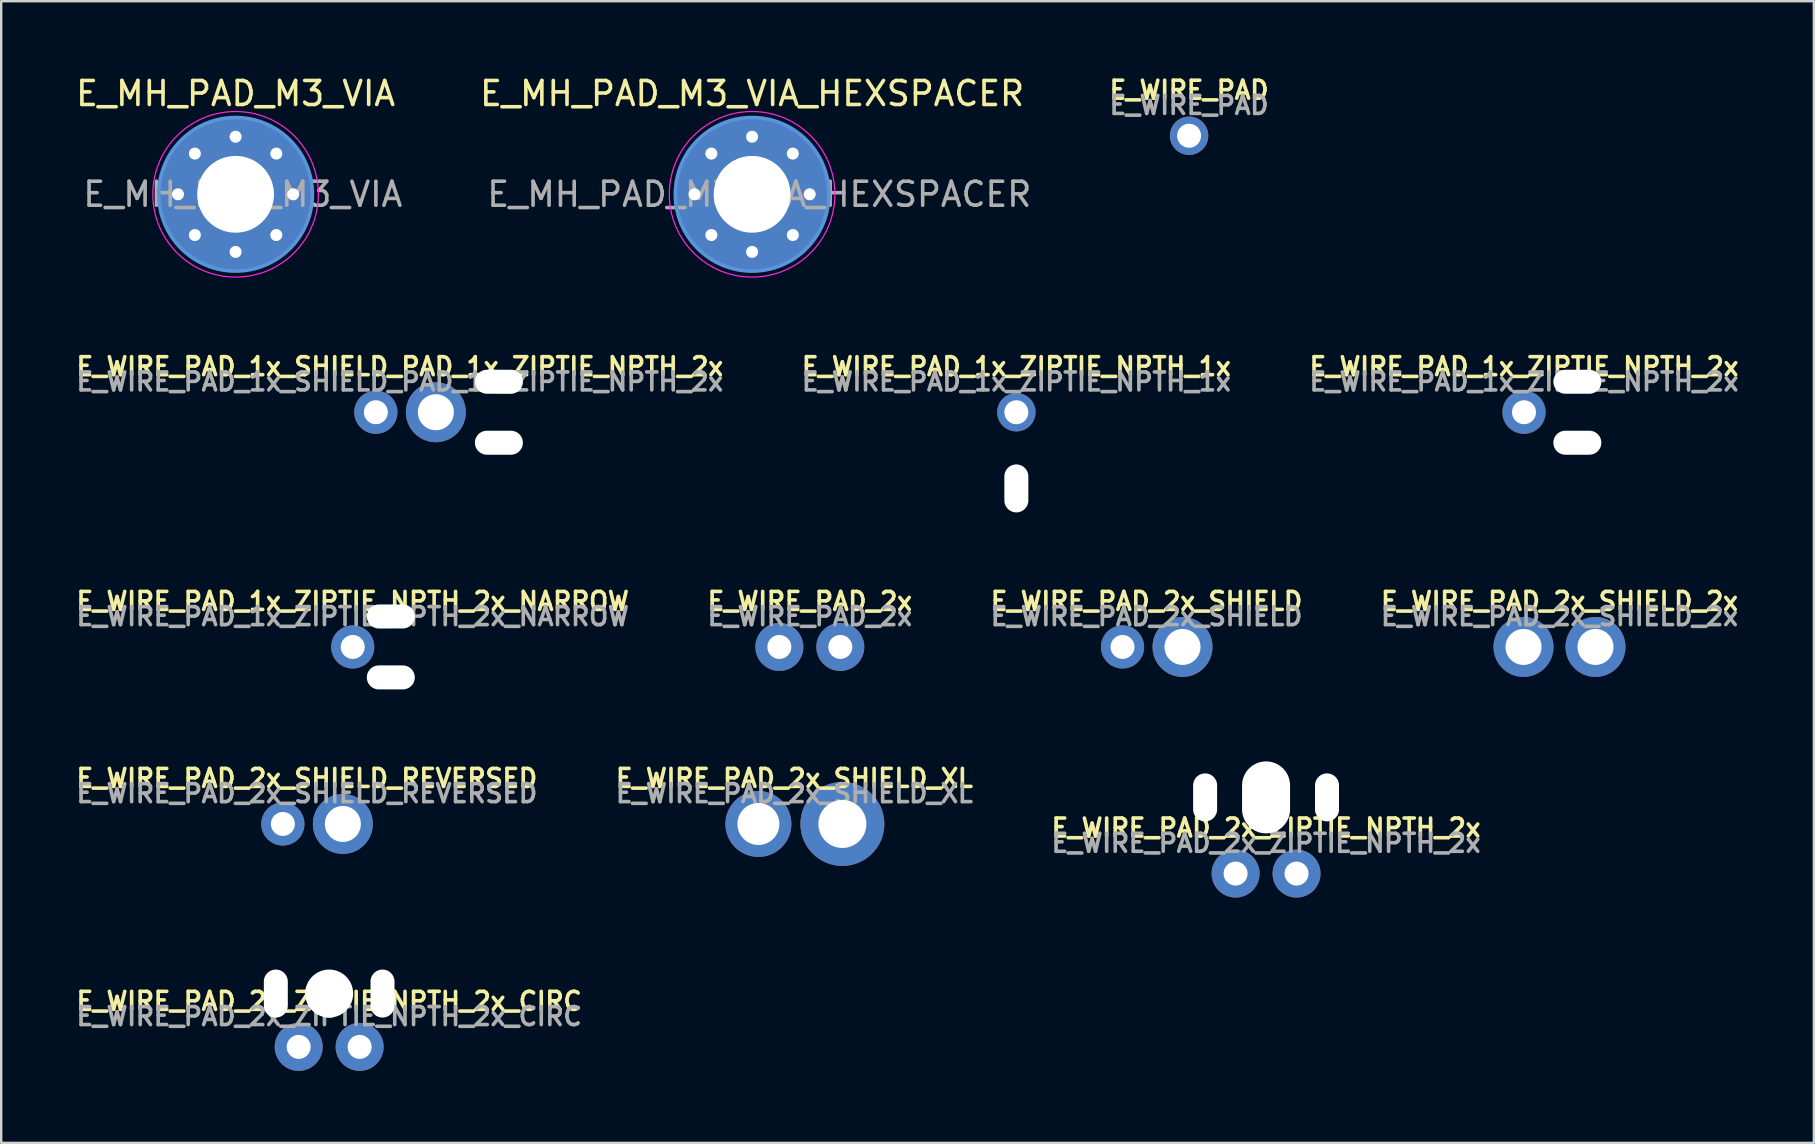
<source format=kicad_pcb>
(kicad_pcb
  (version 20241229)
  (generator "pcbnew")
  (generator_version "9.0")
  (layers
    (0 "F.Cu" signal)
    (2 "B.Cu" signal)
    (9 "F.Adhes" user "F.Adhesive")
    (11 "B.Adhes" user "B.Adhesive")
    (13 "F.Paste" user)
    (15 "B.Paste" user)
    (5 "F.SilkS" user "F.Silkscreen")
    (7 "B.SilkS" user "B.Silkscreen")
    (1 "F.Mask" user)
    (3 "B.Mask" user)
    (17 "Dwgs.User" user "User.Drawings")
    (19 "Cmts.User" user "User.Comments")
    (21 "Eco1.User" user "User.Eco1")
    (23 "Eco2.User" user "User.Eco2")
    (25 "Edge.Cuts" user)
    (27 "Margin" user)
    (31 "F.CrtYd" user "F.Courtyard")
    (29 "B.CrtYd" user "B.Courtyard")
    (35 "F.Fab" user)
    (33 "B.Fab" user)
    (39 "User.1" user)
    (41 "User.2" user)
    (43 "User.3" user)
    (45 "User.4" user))
  (footprint "E_WIRE_PAD_2x_SHIELD"
    (layer "F.Cu")
    (at 44.732 23.912)
    (property "Reference" "E_WIRE_PAD_2x_SHIELD" (at 0 -1.905 180) (layer "F.SilkS") (effects (font (size 0.75 0.75) (thickness 0.15))))
    (attr through_hole)
    (fp_text user "${REFERENCE}" (at 0 -1.27 0) (layer "F.Fab") (effects (font (size 0.75 0.75) (thickness 0.15))))
    (pad "" connect circle (at -1 0) (size 1 1) (layers "F.Mask"))
    (pad "" connect circle (at 1.5 0) (size 1.5 1.5) (layers "F.Mask"))
    (pad "1" thru_hole circle (at -1 0) (size 1.8 1.8) (drill 1) (layers "B.Cu" "B.Mask"))
    (pad "2" thru_hole circle (at 1.5 0) (size 2.5 2.5) (drill 1.5) (layers "B.Cu" "B.Mask")))
  (footprint "E_WIRE_PAD_1x_ZIPTIE_NPTH_2x"
    (layer "F.Cu")
    (at 60.464 14.13)
    (property "Reference" "E_WIRE_PAD_1x_ZIPTIE_NPTH_2x" (at 0 -1.905 180) (layer "F.SilkS") (effects (font (size 0.75 0.75) (thickness 0.15))))
    (attr through_hole)
    (fp_text user "${REFERENCE}" (at 0 -1.27 0) (layer "F.Fab") (effects (font (size 0.75 0.75) (thickness 0.15))))
    (pad "" connect circle (at 0 0) (size 1 1) (layers "F.Mask"))
    (pad "" np_thru_hole oval (at 2.223 -1.27 90) (size 1 2) (drill oval 1 2) (layers "*.Cu" "*.Mask"))
    (pad "" np_thru_hole oval (at 2.223 1.27 90) (size 1 2) (drill oval 1 2) (layers "*.Cu" "*.Mask"))
    (pad "1" thru_hole circle (at 0 0) (size 1.8 1.8) (drill 1) (layers "B.Cu" "B.Mask")))
  (footprint "E_MH_PAD_M3_VIA"
    (layer "F.Cu")
    (at 6.768 5.048)
    (property "Reference" "E_MH_PAD_M3_VIA" (at 0 -4.2 0) (layer "F.SilkS") (effects (font (size 1 1) (thickness 0.15))))
    (attr exclude_from_pos_files exclude_from_bom)
    (fp_circle (center 0 0) (end 3.2 0) (stroke (width 0.15) (type solid)) (fill no) (layer "Cmts.User"))
    (fp_circle (center 0 0) (end 3.45 0) (stroke (width 0.05) (type solid)) (fill no) (layer "F.CrtYd"))
    (fp_text user "${REFERENCE}" (at 0.3 0 0) (layer "F.Fab") (effects (font (size 1 1) (thickness 0.15))))
    (pad "1" thru_hole circle (at -2.4 0) (size 0.8 0.8) (drill 0.5) (layers "*.Cu" "*.Mask"))
    (pad "1" thru_hole circle (at -1.697 -1.697) (size 0.8 0.8) (drill 0.5) (layers "*.Cu" "*.Mask"))
    (pad "1" thru_hole circle (at -1.697 1.697) (size 0.8 0.8) (drill 0.5) (layers "*.Cu" "*.Mask"))
    (pad "1" thru_hole circle (at 0 -2.4) (size 0.8 0.8) (drill 0.5) (layers "*.Cu" "*.Mask"))
    (pad "1" thru_hole circle (at 0 0) (size 6.4 6.4) (drill 3.2) (layers "*.Cu" "*.Mask"))
    (pad "1" thru_hole circle (at 0 2.4) (size 0.8 0.8) (drill 0.5) (layers "*.Cu" "*.Mask"))
    (pad "1" thru_hole circle (at 1.697 -1.697) (size 0.8 0.8) (drill 0.5) (layers "*.Cu" "*.Mask"))
    (pad "1" thru_hole circle (at 1.697 1.697) (size 0.8 0.8) (drill 0.5) (layers "*.Cu" "*.Mask"))
    (pad "1" thru_hole circle (at 2.4 0) (size 0.8 0.8) (drill 0.5) (layers "*.Cu" "*.Mask")))
  (footprint "E_WIRE_PAD_2x_ZIPTIE_NPTH_2x_CIRC"
    (layer "F.Cu")
    (at 10.668 40.58)
    (property "Reference" "E_WIRE_PAD_2x_ZIPTIE_NPTH_2x_CIRC" (at 0 -1.905 180) (layer "F.SilkS") (effects (font (size 0.75 0.75) (thickness 0.15))))
    (attr through_hole)
    (fp_text user "${REFERENCE}" (at 0 -1.27 0) (layer "F.Fab") (effects (font (size 0.75 0.75) (thickness 0.15))))
    (pad "" np_thru_hole oval (at -2.223 -2.223) (size 1 2) (drill oval 1 2) (layers "*.Cu" "*.Mask"))
    (pad "" connect circle (at -1.27 0) (size 1 1) (layers "F.Mask"))
    (pad "" np_thru_hole circle (at 0 -2.223) (size 2 2) (drill 2) (layers "*.Cu" "*.Mask"))
    (pad "" connect circle (at 1.27 0) (size 1 1) (layers "F.Mask"))
    (pad "" np_thru_hole oval (at 2.223 -2.223) (size 1 2) (drill oval 1 2) (layers "*.Cu" "*.Mask"))
    (pad "1" thru_hole circle (at -1.27 0) (size 2 2) (drill 1) (layers "B.Cu" "B.Mask"))
    (pad "2" thru_hole circle (at 1.27 0) (size 2 2) (drill 1) (layers "B.Cu" "B.Mask")))
  (footprint "E_WIRE_PAD_1x_ZIPTIE_NPTH_2x_NARROW"
    (layer "F.Cu")
    (at 11.65 23.912)
    (property "Reference" "E_WIRE_PAD_1x_ZIPTIE_NPTH_2x_NARROW" (at 0 -1.905 180) (layer "F.SilkS") (effects (font (size 0.75 0.75) (thickness 0.15))))
    (attr through_hole)
    (fp_text user "${REFERENCE}" (at 0 -1.27 0) (layer "F.Fab") (effects (font (size 0.75 0.75) (thickness 0.15))))
    (pad "" connect circle (at 0 0) (size 1 1) (layers "F.Mask"))
    (pad "" np_thru_hole oval (at 1.587 -1.27 90) (size 1 2) (drill oval 1 2) (layers "*.Cu" "*.Mask"))
    (pad "" np_thru_hole oval (at 1.587 1.27 90) (size 1 2) (drill oval 1 2) (layers "*.Cu" "*.Mask"))
    (pad "1" thru_hole circle (at 0 0) (size 1.8 1.8) (drill 1) (layers "B.Cu" "B.Mask")))
  (footprint "E_WIRE_PAD_2x_ZIPTIE_NPTH_2x"
    (layer "F.Cu")
    (at 49.714 33.357)
    (property "Reference" "E_WIRE_PAD_2x_ZIPTIE_NPTH_2x" (at 0 -1.905 180) (layer "F.SilkS") (effects (font (size 0.75 0.75) (thickness 0.15))))
    (attr through_hole)
    (fp_text user "${REFERENCE}" (at 0 -1.27 0) (layer "F.Fab") (effects (font (size 0.75 0.75) (thickness 0.15))))
    (pad "" np_thru_hole oval (at -2.54 -3.175) (size 1 2) (drill oval 1 2) (layers "*.Cu" "*.Mask"))
    (pad "" connect circle (at -1.27 0) (size 1 1) (layers "F.Mask"))
    (pad "" np_thru_hole oval (at 0 -3.175) (size 2 3) (drill oval 2 3) (layers "*.Cu" "*.Mask"))
    (pad "" connect circle (at 1.27 0) (size 1 1) (layers "F.Mask"))
    (pad "" np_thru_hole oval (at 2.54 -3.175) (size 1 2) (drill oval 1 2) (layers "*.Cu" "*.Mask"))
    (pad "1" thru_hole circle (at -1.27 0) (size 2 2) (drill 1) (layers "B.Cu" "B.Mask"))
    (pad "2" thru_hole circle (at 1.27 0) (size 2 2) (drill 1) (layers "B.Cu" "B.Mask")))
  (footprint "E_WIRE_PAD_1x_ZIPTIE_NPTH_1x"
    (layer "F.Cu")
    (at 39.307 14.13)
    (property "Reference" "E_WIRE_PAD_1x_ZIPTIE_NPTH_1x" (at 0 -1.905 180) (layer "F.SilkS") (effects (font (size 0.75 0.75) (thickness 0.15))))
    (attr through_hole)
    (fp_text user "${REFERENCE}" (at 0 -1.27 0) (layer "F.Fab") (effects (font (size 0.75 0.75) (thickness 0.15))))
    (pad "" connect circle (at 0 0) (size 1 1) (layers "F.Mask"))
    (pad "" np_thru_hole oval (at 0 3.175) (size 1 2) (drill oval 1 2) (layers "*.Cu" "*.Mask"))
    (pad "1" thru_hole circle (at 0 0) (size 1.6 1.6) (drill 1) (layers "B.Cu" "B.Mask")))
  (footprint "E_WIRE_PAD_2x_SHIELD_2x"
    (layer "F.Cu")
    (at 61.943 23.912)
    (property "Reference" "E_WIRE_PAD_2x_SHIELD_2x" (at 0 -1.905 180) (layer "F.SilkS") (effects (font (size 0.75 0.75) (thickness 0.15))))
    (attr through_hole)
    (fp_text user "${REFERENCE}" (at 0 -1.27 0) (layer "F.Fab") (effects (font (size 0.75 0.75) (thickness 0.15))))
    (pad "" connect circle (at -1.5 0) (size 1.5 1.5) (layers "F.Mask"))
    (pad "" connect circle (at 1.5 0) (size 1.5 1.5) (layers "F.Mask"))
    (pad "1" thru_hole circle (at -1.5 0) (size 2.5 2.5) (drill 1.5) (layers "B.Cu" "B.Mask"))
    (pad "2" thru_hole circle (at 1.5 0) (size 2.5 2.5) (drill 1.5) (layers "B.Cu" "B.Mask")))
  (footprint "E_WIRE_PAD"
    (layer "F.Cu")
    (at 46.506 2.607)
    (property "Reference" "E_WIRE_PAD" (at 0 -1.905 180) (layer "F.SilkS") (effects (font (size 0.75 0.75) (thickness 0.15))))
    (attr through_hole)
    (fp_text user "${REFERENCE}" (at 0 -1.27 0) (layer "F.Fab") (effects (font (size 0.75 0.75) (thickness 0.15))))
    (pad "" connect circle (at 0 0) (size 1 1) (layers "F.Mask"))
    (pad "1" thru_hole circle (at 0 0) (size 1.6 1.6) (drill 1) (layers "B.Cu" "B.Mask")))
  (footprint "E_WIRE_PAD_1x_SHIELD_PAD_1x_ZIPTIE_NPTH_2x"
    (layer "F.Cu")
    (at 13.614 14.13)
    (property "Reference" "E_WIRE_PAD_1x_SHIELD_PAD_1x_ZIPTIE_NPTH_2x" (at 0 -1.905 180) (layer "F.SilkS") (effects (font (size 0.75 0.75) (thickness 0.15))))
    (attr through_hole)
    (fp_text user "${REFERENCE}" (at 0 -1.27 0) (layer "F.Fab") (effects (font (size 0.75 0.75) (thickness 0.15))))
    (pad "" connect circle (at -1 0) (size 1 1) (layers "F.Mask"))
    (pad "" connect circle (at 1.5 0) (size 1.5 1.5) (layers "F.Mask"))
    (pad "" np_thru_hole oval (at 4.128 -1.27 90) (size 1 2) (drill oval 1 2) (layers "*.Cu" "*.Mask"))
    (pad "" np_thru_hole oval (at 4.128 1.27 90) (size 1 2) (drill oval 1 2) (layers "*.Cu" "*.Mask"))
    (pad "1" thru_hole circle (at -1 0) (size 1.8 1.8) (drill 1) (layers "B.Cu" "B.Mask"))
    (pad "2" thru_hole circle (at 1.5 0) (size 2.5 2.5) (drill 1.5) (layers "B.Cu" "B.Mask")))
  (footprint "E_WIRE_PAD_2x_SHIELD_REVERSED"
    (layer "F.Cu")
    (at 9.739 31.289)
    (property "Reference" "E_WIRE_PAD_2x_SHIELD_REVERSED" (at 0 -1.905 180) (layer "F.SilkS") (effects (font (size 0.75 0.75) (thickness 0.15))))
    (attr through_hole)
    (fp_text user "${REFERENCE}" (at 0 -1.27 0) (layer "F.Fab") (effects (font (size 0.75 0.75) (thickness 0.15))))
    (pad "" connect circle (at -1 0) (size 1 1) (layers "F.Mask"))
    (pad "" connect circle (at 1.5 0) (size 1.5 1.5) (layers "F.Mask"))
    (pad "1" thru_hole circle (at 1.5 0) (size 2.5 2.5) (drill 1.5) (layers "B.Cu" "B.Mask"))
    (pad "2" thru_hole circle (at -1 0) (size 1.8 1.8) (drill 1) (layers "B.Cu" "B.Mask")))
  (footprint "E_WIRE_PAD_2x"
    (layer "F.Cu")
    (at 30.7 23.912)
    (property "Reference" "E_WIRE_PAD_2x" (at 0 -1.905 180) (layer "F.SilkS") (effects (font (size 0.75 0.75) (thickness 0.15))))
    (attr through_hole)
    (fp_text user "${REFERENCE}" (at 0 -1.27 0) (layer "F.Fab") (effects (font (size 0.75 0.75) (thickness 0.15))))
    (pad "" connect circle (at -1.27 0) (size 1 1) (layers "F.Mask"))
    (pad "" connect circle (at 1.27 0) (size 1 1) (layers "F.Mask"))
    (pad "1" thru_hole circle (at -1.27 0) (size 2 2) (drill 1) (layers "B.Cu" "B.Mask"))
    (pad "2" thru_hole circle (at 1.27 0) (size 2 2) (drill 1) (layers "B.Cu" "B.Mask")))
  (footprint "E_MH_PAD_M3_VIA_HEXSPACER"
    (layer "F.Cu")
    (at 28.294 5.048)
    (property "Reference" "E_MH_PAD_M3_VIA_HEXSPACER" (at 0 -4.2 0) (layer "F.SilkS") (effects (font (size 1 1) (thickness 0.15))))
    (attr exclude_from_pos_files exclude_from_bom)
    (fp_circle (center 0 0) (end 3.2 0) (stroke (width 0.15) (type solid)) (fill no) (layer "Cmts.User"))
    (fp_circle (center 0 0) (end 3.45 0) (stroke (width 0.05) (type solid)) (fill no) (layer "F.CrtYd"))
    (fp_text user "${REFERENCE}" (at 0.3 0 0) (layer "F.Fab") (effects (font (size 1 1) (thickness 0.15))))
    (pad "1" thru_hole circle (at -2.4 0) (size 0.8 0.8) (drill 0.5) (layers "*.Cu" "*.Mask"))
    (pad "1" thru_hole circle (at -1.697 -1.697) (size 0.8 0.8) (drill 0.5) (layers "*.Cu" "*.Mask"))
    (pad "1" thru_hole circle (at -1.697 1.697) (size 0.8 0.8) (drill 0.5) (layers "*.Cu" "*.Mask"))
    (pad "1" thru_hole circle (at 0 -2.4) (size 0.8 0.8) (drill 0.5) (layers "*.Cu" "*.Mask"))
    (pad "1" thru_hole circle (at 0 0) (size 6.4 6.4) (drill 3.2) (layers "*.Cu" "*.Mask"))
    (pad "1" thru_hole circle (at 0 2.4) (size 0.8 0.8) (drill 0.5) (layers "*.Cu" "*.Mask"))
    (pad "1" thru_hole circle (at 1.697 -1.697) (size 0.8 0.8) (drill 0.5) (layers "*.Cu" "*.Mask"))
    (pad "1" thru_hole circle (at 1.697 1.697) (size 0.8 0.8) (drill 0.5) (layers "*.Cu" "*.Mask"))
    (pad "1" thru_hole circle (at 2.4 0) (size 0.8 0.8) (drill 0.5) (layers "*.Cu" "*.Mask")))
  (footprint "E_WIRE_PAD_2x_SHIELD_XL"
    (layer "F.Cu")
    (at 30.057 31.289)
    (property "Reference" "E_WIRE_PAD_2x_SHIELD_XL" (at 0 -1.905 180) (layer "F.SilkS") (effects (font (size 0.75 0.75) (thickness 0.15))))
    (attr through_hole)
    (fp_text user "${REFERENCE}" (at 0 -1.27 0) (layer "F.Fab") (effects (font (size 0.75 0.75) (thickness 0.15))))
    (pad "" connect circle (at -1.5 0) (size 1.75 1.75) (layers "F.Mask"))
    (pad "" connect circle (at 2 0) (size 2 2) (layers "F.Mask"))
    (pad "1" thru_hole circle (at -1.5 0) (size 2.75 2.75) (drill 1.75) (layers "B.Cu" "B.Mask"))
    (pad "2" thru_hole circle (at 2 0) (size 3.5 3.5) (drill 2) (layers "B.Cu" "B.Mask")))
  (gr_rect
    (start -3 -3)
    (end 72.543 44.58)
    (stroke (width 0.1) (type default))
    (fill no)
    (layer "Edge.Cuts")))
</source>
